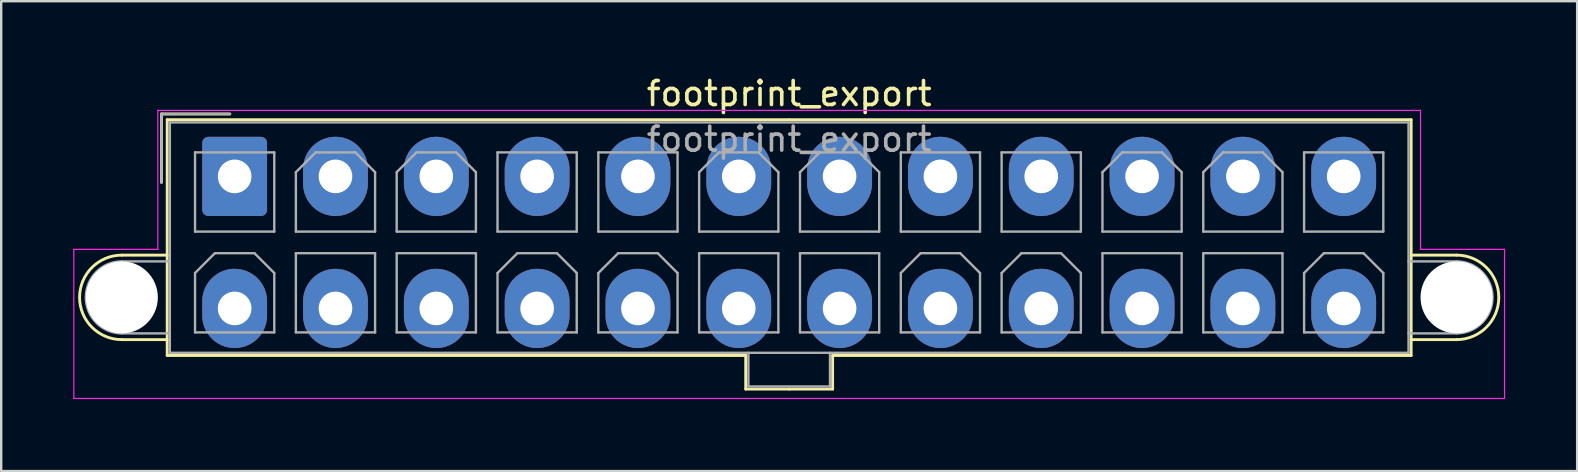
<source format=kicad_pcb>
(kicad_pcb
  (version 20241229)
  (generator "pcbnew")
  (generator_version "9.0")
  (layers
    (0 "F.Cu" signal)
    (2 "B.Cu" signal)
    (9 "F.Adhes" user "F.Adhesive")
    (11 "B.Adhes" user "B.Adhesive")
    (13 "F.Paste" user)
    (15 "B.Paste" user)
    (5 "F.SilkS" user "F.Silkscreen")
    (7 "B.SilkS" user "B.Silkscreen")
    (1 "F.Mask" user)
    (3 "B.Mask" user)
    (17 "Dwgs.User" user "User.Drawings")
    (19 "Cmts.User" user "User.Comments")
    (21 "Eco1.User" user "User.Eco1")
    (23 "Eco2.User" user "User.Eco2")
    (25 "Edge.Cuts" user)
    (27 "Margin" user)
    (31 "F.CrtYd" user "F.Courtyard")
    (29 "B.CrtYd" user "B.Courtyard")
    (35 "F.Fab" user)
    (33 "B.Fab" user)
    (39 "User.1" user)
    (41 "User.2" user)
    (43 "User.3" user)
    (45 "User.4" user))
  (footprint "footprint_export"
    (layer "F.Cu")
    (at 6.725 4.298)
    (property "Reference" "footprint_export" (at 23.1 -3.45 0) (layer "F.SilkS") (effects (font (size 1 1) (thickness 0.15))))
    (attr through_hole)
    (fp_line (start -4.7 3.28) (end -2.81 3.28) (stroke (width 0.12) (type solid)) (layer "F.SilkS"))
    (fp_line (start -4.7 6.8) (end -2.81 6.8) (stroke (width 0.12) (type solid)) (layer "F.SilkS"))
    (fp_line (start -3.05 -2.6) (end -3.05 0.25) (stroke (width 0.12) (type solid)) (layer "F.SilkS"))
    (fp_line (start -2.81 -2.36) (end -2.81 7.46) (stroke (width 0.12) (type solid)) (layer "F.SilkS"))
    (fp_line (start -2.81 7.46) (end 21.29 7.46) (stroke (width 0.12) (type solid)) (layer "F.SilkS"))
    (fp_line (start -0.2 -2.6) (end -3.05 -2.6) (stroke (width 0.12) (type solid)) (layer "F.SilkS"))
    (fp_line (start 21.29 7.46) (end 21.29 8.86) (stroke (width 0.12) (type solid)) (layer "F.SilkS"))
    (fp_line (start 21.29 8.86) (end 23.1 8.86) (stroke (width 0.12) (type solid)) (layer "F.SilkS"))
    (fp_line (start 23.1 -2.36) (end -2.81 -2.36) (stroke (width 0.12) (type solid)) (layer "F.SilkS"))
    (fp_line (start 23.1 -2.36) (end 49.01 -2.36) (stroke (width 0.12) (type solid)) (layer "F.SilkS"))
    (fp_line (start 24.91 7.46) (end 24.91 8.86) (stroke (width 0.12) (type solid)) (layer "F.SilkS"))
    (fp_line (start 24.91 8.86) (end 23.1 8.86) (stroke (width 0.12) (type solid)) (layer "F.SilkS"))
    (fp_line (start 49.01 -2.36) (end 49.01 7.46) (stroke (width 0.12) (type solid)) (layer "F.SilkS"))
    (fp_line (start 49.01 7.46) (end 24.91 7.46) (stroke (width 0.12) (type solid)) (layer "F.SilkS"))
    (fp_line (start 50.9 3.28) (end 49.01 3.28) (stroke (width 0.12) (type solid)) (layer "F.SilkS"))
    (fp_line (start 50.9 6.8) (end 49.01 6.8) (stroke (width 0.12) (type solid)) (layer "F.SilkS"))
    (fp_arc (start -4.7 6.8) (mid -6.46 5.04) (end -4.7 3.28) (stroke (width 0.12) (type solid)) (layer "F.SilkS"))
    (fp_arc (start 50.9 3.28) (mid 52.66 5.04) (end 50.9 6.8) (stroke (width 0.12) (type solid)) (layer "F.SilkS"))
    (fp_line (start -6.7 3.04) (end -6.7 9.25) (stroke (width 0.05) (type solid)) (layer "F.CrtYd"))
    (fp_line (start -6.7 9.25) (end 52.9 9.25) (stroke (width 0.05) (type solid)) (layer "F.CrtYd"))
    (fp_line (start -3.2 -2.75) (end -3.2 3.04) (stroke (width 0.05) (type solid)) (layer "F.CrtYd"))
    (fp_line (start -3.2 3.04) (end -6.7 3.04) (stroke (width 0.05) (type solid)) (layer "F.CrtYd"))
    (fp_line (start 49.4 -2.75) (end -3.2 -2.75) (stroke (width 0.05) (type solid)) (layer "F.CrtYd"))
    (fp_line (start 49.4 3.04) (end 49.4 -2.75) (stroke (width 0.05) (type solid)) (layer "F.CrtYd"))
    (fp_line (start 52.9 3.04) (end 49.4 3.04) (stroke (width 0.05) (type solid)) (layer "F.CrtYd"))
    (fp_line (start 52.9 9.25) (end 52.9 3.04) (stroke (width 0.05) (type solid)) (layer "F.CrtYd"))
    (fp_line (start -4.7 3.54) (end -2.7 3.54) (stroke (width 0.1) (type solid)) (layer "F.Fab"))
    (fp_line (start -4.7 6.54) (end -2.7 6.54) (stroke (width 0.1) (type solid)) (layer "F.Fab"))
    (fp_line (start -3.05 -2.6) (end -3.05 0.25) (stroke (width 0.1) (type solid)) (layer "F.Fab"))
    (fp_line (start -2.7 -2.25) (end -2.7 7.35) (stroke (width 0.1) (type solid)) (layer "F.Fab"))
    (fp_line (start -2.7 7.35) (end 48.9 7.35) (stroke (width 0.1) (type solid)) (layer "F.Fab"))
    (fp_line (start -1.65 -1) (end -1.65 2.3) (stroke (width 0.1) (type solid)) (layer "F.Fab"))
    (fp_line (start -1.65 2.3) (end 1.65 2.3) (stroke (width 0.1) (type solid)) (layer "F.Fab"))
    (fp_line (start -1.65 4.025) (end -0.825 3.2) (stroke (width 0.1) (type solid)) (layer "F.Fab"))
    (fp_line (start -1.65 6.5) (end -1.65 4.025) (stroke (width 0.1) (type solid)) (layer "F.Fab"))
    (fp_line (start -0.825 3.2) (end 0.825 3.2) (stroke (width 0.1) (type solid)) (layer "F.Fab"))
    (fp_line (start -0.2 -2.6) (end -3.05 -2.6) (stroke (width 0.1) (type solid)) (layer "F.Fab"))
    (fp_line (start 0.825 3.2) (end 1.65 4.025) (stroke (width 0.1) (type solid)) (layer "F.Fab"))
    (fp_line (start 1.65 -1) (end -1.65 -1) (stroke (width 0.1) (type solid)) (layer "F.Fab"))
    (fp_line (start 1.65 2.3) (end 1.65 -1) (stroke (width 0.1) (type solid)) (layer "F.Fab"))
    (fp_line (start 1.65 4.025) (end 1.65 6.5) (stroke (width 0.1) (type solid)) (layer "F.Fab"))
    (fp_line (start 1.65 6.5) (end -1.65 6.5) (stroke (width 0.1) (type solid)) (layer "F.Fab"))
    (fp_line (start 2.55 -0.175) (end 3.375 -1) (stroke (width 0.1) (type solid)) (layer "F.Fab"))
    (fp_line (start 2.55 2.3) (end 2.55 -0.175) (stroke (width 0.1) (type solid)) (layer "F.Fab"))
    (fp_line (start 2.55 3.2) (end 2.55 6.5) (stroke (width 0.1) (type solid)) (layer "F.Fab"))
    (fp_line (start 2.55 6.5) (end 5.85 6.5) (stroke (width 0.1) (type solid)) (layer "F.Fab"))
    (fp_line (start 3.375 -1) (end 5.025 -1) (stroke (width 0.1) (type solid)) (layer "F.Fab"))
    (fp_line (start 5.025 -1) (end 5.85 -0.175) (stroke (width 0.1) (type solid)) (layer "F.Fab"))
    (fp_line (start 5.85 -0.175) (end 5.85 2.3) (stroke (width 0.1) (type solid)) (layer "F.Fab"))
    (fp_line (start 5.85 2.3) (end 2.55 2.3) (stroke (width 0.1) (type solid)) (layer "F.Fab"))
    (fp_line (start 5.85 3.2) (end 2.55 3.2) (stroke (width 0.1) (type solid)) (layer "F.Fab"))
    (fp_line (start 5.85 6.5) (end 5.85 3.2) (stroke (width 0.1) (type solid)) (layer "F.Fab"))
    (fp_line (start 6.75 -0.175) (end 7.575 -1) (stroke (width 0.1) (type solid)) (layer "F.Fab"))
    (fp_line (start 6.75 2.3) (end 6.75 -0.175) (stroke (width 0.1) (type solid)) (layer "F.Fab"))
    (fp_line (start 6.75 3.2) (end 6.75 6.5) (stroke (width 0.1) (type solid)) (layer "F.Fab"))
    (fp_line (start 6.75 6.5) (end 10.05 6.5) (stroke (width 0.1) (type solid)) (layer "F.Fab"))
    (fp_line (start 7.575 -1) (end 9.225 -1) (stroke (width 0.1) (type solid)) (layer "F.Fab"))
    (fp_line (start 9.225 -1) (end 10.05 -0.175) (stroke (width 0.1) (type solid)) (layer "F.Fab"))
    (fp_line (start 10.05 -0.175) (end 10.05 2.3) (stroke (width 0.1) (type solid)) (layer "F.Fab"))
    (fp_line (start 10.05 2.3) (end 6.75 2.3) (stroke (width 0.1) (type solid)) (layer "F.Fab"))
    (fp_line (start 10.05 3.2) (end 6.75 3.2) (stroke (width 0.1) (type solid)) (layer "F.Fab"))
    (fp_line (start 10.05 6.5) (end 10.05 3.2) (stroke (width 0.1) (type solid)) (layer "F.Fab"))
    (fp_line (start 10.95 -1) (end 10.95 2.3) (stroke (width 0.1) (type solid)) (layer "F.Fab"))
    (fp_line (start 10.95 2.3) (end 14.25 2.3) (stroke (width 0.1) (type solid)) (layer "F.Fab"))
    (fp_line (start 10.95 4.025) (end 11.775 3.2) (stroke (width 0.1) (type solid)) (layer "F.Fab"))
    (fp_line (start 10.95 6.5) (end 10.95 4.025) (stroke (width 0.1) (type solid)) (layer "F.Fab"))
    (fp_line (start 11.775 3.2) (end 13.425 3.2) (stroke (width 0.1) (type solid)) (layer "F.Fab"))
    (fp_line (start 13.425 3.2) (end 14.25 4.025) (stroke (width 0.1) (type solid)) (layer "F.Fab"))
    (fp_line (start 14.25 -1) (end 10.95 -1) (stroke (width 0.1) (type solid)) (layer "F.Fab"))
    (fp_line (start 14.25 2.3) (end 14.25 -1) (stroke (width 0.1) (type solid)) (layer "F.Fab"))
    (fp_line (start 14.25 4.025) (end 14.25 6.5) (stroke (width 0.1) (type solid)) (layer "F.Fab"))
    (fp_line (start 14.25 6.5) (end 10.95 6.5) (stroke (width 0.1) (type solid)) (layer "F.Fab"))
    (fp_line (start 15.15 -1) (end 15.15 2.3) (stroke (width 0.1) (type solid)) (layer "F.Fab"))
    (fp_line (start 15.15 2.3) (end 18.45 2.3) (stroke (width 0.1) (type solid)) (layer "F.Fab"))
    (fp_line (start 15.15 4.025) (end 15.975 3.2) (stroke (width 0.1) (type solid)) (layer "F.Fab"))
    (fp_line (start 15.15 6.5) (end 15.15 4.025) (stroke (width 0.1) (type solid)) (layer "F.Fab"))
    (fp_line (start 15.975 3.2) (end 17.625 3.2) (stroke (width 0.1) (type solid)) (layer "F.Fab"))
    (fp_line (start 17.625 3.2) (end 18.45 4.025) (stroke (width 0.1) (type solid)) (layer "F.Fab"))
    (fp_line (start 18.45 -1) (end 15.15 -1) (stroke (width 0.1) (type solid)) (layer "F.Fab"))
    (fp_line (start 18.45 2.3) (end 18.45 -1) (stroke (width 0.1) (type solid)) (layer "F.Fab"))
    (fp_line (start 18.45 4.025) (end 18.45 6.5) (stroke (width 0.1) (type solid)) (layer "F.Fab"))
    (fp_line (start 18.45 6.5) (end 15.15 6.5) (stroke (width 0.1) (type solid)) (layer "F.Fab"))
    (fp_line (start 19.35 -0.175) (end 20.175 -1) (stroke (width 0.1) (type solid)) (layer "F.Fab"))
    (fp_line (start 19.35 2.3) (end 19.35 -0.175) (stroke (width 0.1) (type solid)) (layer "F.Fab"))
    (fp_line (start 19.35 3.2) (end 19.35 6.5) (stroke (width 0.1) (type solid)) (layer "F.Fab"))
    (fp_line (start 19.35 6.5) (end 22.65 6.5) (stroke (width 0.1) (type solid)) (layer "F.Fab"))
    (fp_line (start 20.175 -1) (end 21.825 -1) (stroke (width 0.1) (type solid)) (layer "F.Fab"))
    (fp_line (start 21.4 7.35) (end 21.4 8.75) (stroke (width 0.1) (type solid)) (layer "F.Fab"))
    (fp_line (start 21.4 8.75) (end 24.8 8.75) (stroke (width 0.1) (type solid)) (layer "F.Fab"))
    (fp_line (start 21.825 -1) (end 22.65 -0.175) (stroke (width 0.1) (type solid)) (layer "F.Fab"))
    (fp_line (start 22.65 -0.175) (end 22.65 2.3) (stroke (width 0.1) (type solid)) (layer "F.Fab"))
    (fp_line (start 22.65 2.3) (end 19.35 2.3) (stroke (width 0.1) (type solid)) (layer "F.Fab"))
    (fp_line (start 22.65 3.2) (end 19.35 3.2) (stroke (width 0.1) (type solid)) (layer "F.Fab"))
    (fp_line (start 22.65 6.5) (end 22.65 3.2) (stroke (width 0.1) (type solid)) (layer "F.Fab"))
    (fp_line (start 23.55 -0.175) (end 24.375 -1) (stroke (width 0.1) (type solid)) (layer "F.Fab"))
    (fp_line (start 23.55 2.3) (end 23.55 -0.175) (stroke (width 0.1) (type solid)) (layer "F.Fab"))
    (fp_line (start 23.55 3.2) (end 23.55 6.5) (stroke (width 0.1) (type solid)) (layer "F.Fab"))
    (fp_line (start 23.55 6.5) (end 26.85 6.5) (stroke (width 0.1) (type solid)) (layer "F.Fab"))
    (fp_line (start 24.375 -1) (end 26.025 -1) (stroke (width 0.1) (type solid)) (layer "F.Fab"))
    (fp_line (start 24.8 8.75) (end 24.8 7.35) (stroke (width 0.1) (type solid)) (layer "F.Fab"))
    (fp_line (start 26.025 -1) (end 26.85 -0.175) (stroke (width 0.1) (type solid)) (layer "F.Fab"))
    (fp_line (start 26.85 -0.175) (end 26.85 2.3) (stroke (width 0.1) (type solid)) (layer "F.Fab"))
    (fp_line (start 26.85 2.3) (end 23.55 2.3) (stroke (width 0.1) (type solid)) (layer "F.Fab"))
    (fp_line (start 26.85 3.2) (end 23.55 3.2) (stroke (width 0.1) (type solid)) (layer "F.Fab"))
    (fp_line (start 26.85 6.5) (end 26.85 3.2) (stroke (width 0.1) (type solid)) (layer "F.Fab"))
    (fp_line (start 27.75 -1) (end 27.75 2.3) (stroke (width 0.1) (type solid)) (layer "F.Fab"))
    (fp_line (start 27.75 2.3) (end 31.05 2.3) (stroke (width 0.1) (type solid)) (layer "F.Fab"))
    (fp_line (start 27.75 4.025) (end 28.575 3.2) (stroke (width 0.1) (type solid)) (layer "F.Fab"))
    (fp_line (start 27.75 6.5) (end 27.75 4.025) (stroke (width 0.1) (type solid)) (layer "F.Fab"))
    (fp_line (start 28.575 3.2) (end 30.225 3.2) (stroke (width 0.1) (type solid)) (layer "F.Fab"))
    (fp_line (start 30.225 3.2) (end 31.05 4.025) (stroke (width 0.1) (type solid)) (layer "F.Fab"))
    (fp_line (start 31.05 -1) (end 27.75 -1) (stroke (width 0.1) (type solid)) (layer "F.Fab"))
    (fp_line (start 31.05 2.3) (end 31.05 -1) (stroke (width 0.1) (type solid)) (layer "F.Fab"))
    (fp_line (start 31.05 4.025) (end 31.05 6.5) (stroke (width 0.1) (type solid)) (layer "F.Fab"))
    (fp_line (start 31.05 6.5) (end 27.75 6.5) (stroke (width 0.1) (type solid)) (layer "F.Fab"))
    (fp_line (start 31.95 -1) (end 31.95 2.3) (stroke (width 0.1) (type solid)) (layer "F.Fab"))
    (fp_line (start 31.95 2.3) (end 35.25 2.3) (stroke (width 0.1) (type solid)) (layer "F.Fab"))
    (fp_line (start 31.95 4.025) (end 32.775 3.2) (stroke (width 0.1) (type solid)) (layer "F.Fab"))
    (fp_line (start 31.95 6.5) (end 31.95 4.025) (stroke (width 0.1) (type solid)) (layer "F.Fab"))
    (fp_line (start 32.775 3.2) (end 34.425 3.2) (stroke (width 0.1) (type solid)) (layer "F.Fab"))
    (fp_line (start 34.425 3.2) (end 35.25 4.025) (stroke (width 0.1) (type solid)) (layer "F.Fab"))
    (fp_line (start 35.25 -1) (end 31.95 -1) (stroke (width 0.1) (type solid)) (layer "F.Fab"))
    (fp_line (start 35.25 2.3) (end 35.25 -1) (stroke (width 0.1) (type solid)) (layer "F.Fab"))
    (fp_line (start 35.25 4.025) (end 35.25 6.5) (stroke (width 0.1) (type solid)) (layer "F.Fab"))
    (fp_line (start 35.25 6.5) (end 31.95 6.5) (stroke (width 0.1) (type solid)) (layer "F.Fab"))
    (fp_line (start 36.15 -0.175) (end 36.975 -1) (stroke (width 0.1) (type solid)) (layer "F.Fab"))
    (fp_line (start 36.15 2.3) (end 36.15 -0.175) (stroke (width 0.1) (type solid)) (layer "F.Fab"))
    (fp_line (start 36.15 3.2) (end 36.15 6.5) (stroke (width 0.1) (type solid)) (layer "F.Fab"))
    (fp_line (start 36.15 6.5) (end 39.45 6.5) (stroke (width 0.1) (type solid)) (layer "F.Fab"))
    (fp_line (start 36.975 -1) (end 38.625 -1) (stroke (width 0.1) (type solid)) (layer "F.Fab"))
    (fp_line (start 38.625 -1) (end 39.45 -0.175) (stroke (width 0.1) (type solid)) (layer "F.Fab"))
    (fp_line (start 39.45 -0.175) (end 39.45 2.3) (stroke (width 0.1) (type solid)) (layer "F.Fab"))
    (fp_line (start 39.45 2.3) (end 36.15 2.3) (stroke (width 0.1) (type solid)) (layer "F.Fab"))
    (fp_line (start 39.45 3.2) (end 36.15 3.2) (stroke (width 0.1) (type solid)) (layer "F.Fab"))
    (fp_line (start 39.45 6.5) (end 39.45 3.2) (stroke (width 0.1) (type solid)) (layer "F.Fab"))
    (fp_line (start 40.35 -0.175) (end 41.175 -1) (stroke (width 0.1) (type solid)) (layer "F.Fab"))
    (fp_line (start 40.35 2.3) (end 40.35 -0.175) (stroke (width 0.1) (type solid)) (layer "F.Fab"))
    (fp_line (start 40.35 3.2) (end 40.35 6.5) (stroke (width 0.1) (type solid)) (layer "F.Fab"))
    (fp_line (start 40.35 6.5) (end 43.65 6.5) (stroke (width 0.1) (type solid)) (layer "F.Fab"))
    (fp_line (start 41.175 -1) (end 42.825 -1) (stroke (width 0.1) (type solid)) (layer "F.Fab"))
    (fp_line (start 42.825 -1) (end 43.65 -0.175) (stroke (width 0.1) (type solid)) (layer "F.Fab"))
    (fp_line (start 43.65 -0.175) (end 43.65 2.3) (stroke (width 0.1) (type solid)) (layer "F.Fab"))
    (fp_line (start 43.65 2.3) (end 40.35 2.3) (stroke (width 0.1) (type solid)) (layer "F.Fab"))
    (fp_line (start 43.65 3.2) (end 40.35 3.2) (stroke (width 0.1) (type solid)) (layer "F.Fab"))
    (fp_line (start 43.65 6.5) (end 43.65 3.2) (stroke (width 0.1) (type solid)) (layer "F.Fab"))
    (fp_line (start 44.55 -1) (end 44.55 2.3) (stroke (width 0.1) (type solid)) (layer "F.Fab"))
    (fp_line (start 44.55 2.3) (end 47.85 2.3) (stroke (width 0.1) (type solid)) (layer "F.Fab"))
    (fp_line (start 44.55 4.025) (end 45.375 3.2) (stroke (width 0.1) (type solid)) (layer "F.Fab"))
    (fp_line (start 44.55 6.5) (end 44.55 4.025) (stroke (width 0.1) (type solid)) (layer "F.Fab"))
    (fp_line (start 45.375 3.2) (end 47.025 3.2) (stroke (width 0.1) (type solid)) (layer "F.Fab"))
    (fp_line (start 47.025 3.2) (end 47.85 4.025) (stroke (width 0.1) (type solid)) (layer "F.Fab"))
    (fp_line (start 47.85 -1) (end 44.55 -1) (stroke (width 0.1) (type solid)) (layer "F.Fab"))
    (fp_line (start 47.85 2.3) (end 47.85 -1) (stroke (width 0.1) (type solid)) (layer "F.Fab"))
    (fp_line (start 47.85 4.025) (end 47.85 6.5) (stroke (width 0.1) (type solid)) (layer "F.Fab"))
    (fp_line (start 47.85 6.5) (end 44.55 6.5) (stroke (width 0.1) (type solid)) (layer "F.Fab"))
    (fp_line (start 48.9 -2.25) (end -2.7 -2.25) (stroke (width 0.1) (type solid)) (layer "F.Fab"))
    (fp_line (start 48.9 7.35) (end 48.9 -2.25) (stroke (width 0.1) (type solid)) (layer "F.Fab"))
    (fp_line (start 50.9 3.54) (end 48.9 3.54) (stroke (width 0.1) (type solid)) (layer "F.Fab"))
    (fp_line (start 50.9 6.54) (end 48.9 6.54) (stroke (width 0.1) (type solid)) (layer "F.Fab"))
    (fp_arc (start -4.7 6.54) (mid -6.2 5.04) (end -4.7 3.54) (stroke (width 0.1) (type solid)) (layer "F.Fab"))
    (fp_arc (start 50.9 3.54) (mid 52.4 5.04) (end 50.9 6.54) (stroke (width 0.1) (type solid)) (layer "F.Fab"))
    (fp_text user "${REFERENCE}" (at 23.1 -1.55 0) (layer "F.Fab") (effects (font (size 1 1) (thickness 0.15))))
    (pad "" np_thru_hole circle (at -4.7 5.04) (size 3 3) (drill 3) (layers "*.Cu" "*.Mask"))
    (pad "" np_thru_hole circle (at 50.9 5.04) (size 3 3) (drill 3) (layers "*.Cu" "*.Mask"))
    (pad "1" thru_hole roundrect (at 0 0) (size 2.7 3.3) (drill 1.4) (layers "*.Cu" "*.Mask") (roundrect_rratio 0.093))
    (pad "2" thru_hole oval (at 4.2 0) (size 2.7 3.3) (drill 1.4) (layers "*.Cu" "*.Mask"))
    (pad "3" thru_hole oval (at 8.4 0) (size 2.7 3.3) (drill 1.4) (layers "*.Cu" "*.Mask"))
    (pad "4" thru_hole oval (at 12.6 0) (size 2.7 3.3) (drill 1.4) (layers "*.Cu" "*.Mask"))
    (pad "5" thru_hole oval (at 16.8 0) (size 2.7 3.3) (drill 1.4) (layers "*.Cu" "*.Mask"))
    (pad "6" thru_hole oval (at 21 0) (size 2.7 3.3) (drill 1.4) (layers "*.Cu" "*.Mask"))
    (pad "7" thru_hole oval (at 25.2 0) (size 2.7 3.3) (drill 1.4) (layers "*.Cu" "*.Mask"))
    (pad "8" thru_hole oval (at 29.4 0) (size 2.7 3.3) (drill 1.4) (layers "*.Cu" "*.Mask"))
    (pad "9" thru_hole oval (at 33.6 0) (size 2.7 3.3) (drill 1.4) (layers "*.Cu" "*.Mask"))
    (pad "10" thru_hole oval (at 37.8 0) (size 2.7 3.3) (drill 1.4) (layers "*.Cu" "*.Mask"))
    (pad "11" thru_hole oval (at 42 0) (size 2.7 3.3) (drill 1.4) (layers "*.Cu" "*.Mask"))
    (pad "12" thru_hole oval (at 46.2 0) (size 2.7 3.3) (drill 1.4) (layers "*.Cu" "*.Mask"))
    (pad "13" thru_hole oval (at 0 5.5) (size 2.7 3.3) (drill 1.4) (layers "*.Cu" "*.Mask"))
    (pad "14" thru_hole oval (at 4.2 5.5) (size 2.7 3.3) (drill 1.4) (layers "*.Cu" "*.Mask"))
    (pad "15" thru_hole oval (at 8.4 5.5) (size 2.7 3.3) (drill 1.4) (layers "*.Cu" "*.Mask"))
    (pad "16" thru_hole oval (at 12.6 5.5) (size 2.7 3.3) (drill 1.4) (layers "*.Cu" "*.Mask"))
    (pad "17" thru_hole oval (at 16.8 5.5) (size 2.7 3.3) (drill 1.4) (layers "*.Cu" "*.Mask"))
    (pad "18" thru_hole oval (at 21 5.5) (size 2.7 3.3) (drill 1.4) (layers "*.Cu" "*.Mask"))
    (pad "19" thru_hole oval (at 25.2 5.5) (size 2.7 3.3) (drill 1.4) (layers "*.Cu" "*.Mask"))
    (pad "20" thru_hole oval (at 29.4 5.5) (size 2.7 3.3) (drill 1.4) (layers "*.Cu" "*.Mask"))
    (pad "21" thru_hole oval (at 33.6 5.5) (size 2.7 3.3) (drill 1.4) (layers "*.Cu" "*.Mask"))
    (pad "22" thru_hole oval (at 37.8 5.5) (size 2.7 3.3) (drill 1.4) (layers "*.Cu" "*.Mask"))
    (pad "23" thru_hole oval (at 42 5.5) (size 2.7 3.3) (drill 1.4) (layers "*.Cu" "*.Mask"))
    (pad "24" thru_hole oval (at 46.2 5.5) (size 2.7 3.3) (drill 1.4) (layers "*.Cu" "*.Mask")))
  (gr_rect
    (start -3 -3)
    (end 62.65 16.573)
    (stroke (width 0.1) (type default))
    (fill no)
    (layer "Edge.Cuts")))
</source>
